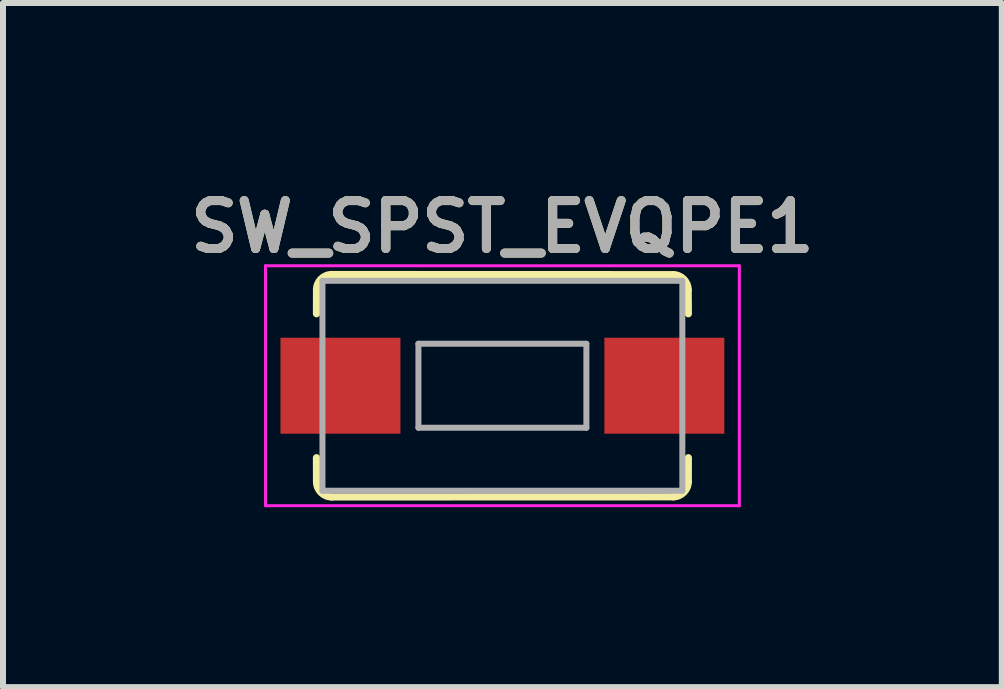
<source format=kicad_pcb>
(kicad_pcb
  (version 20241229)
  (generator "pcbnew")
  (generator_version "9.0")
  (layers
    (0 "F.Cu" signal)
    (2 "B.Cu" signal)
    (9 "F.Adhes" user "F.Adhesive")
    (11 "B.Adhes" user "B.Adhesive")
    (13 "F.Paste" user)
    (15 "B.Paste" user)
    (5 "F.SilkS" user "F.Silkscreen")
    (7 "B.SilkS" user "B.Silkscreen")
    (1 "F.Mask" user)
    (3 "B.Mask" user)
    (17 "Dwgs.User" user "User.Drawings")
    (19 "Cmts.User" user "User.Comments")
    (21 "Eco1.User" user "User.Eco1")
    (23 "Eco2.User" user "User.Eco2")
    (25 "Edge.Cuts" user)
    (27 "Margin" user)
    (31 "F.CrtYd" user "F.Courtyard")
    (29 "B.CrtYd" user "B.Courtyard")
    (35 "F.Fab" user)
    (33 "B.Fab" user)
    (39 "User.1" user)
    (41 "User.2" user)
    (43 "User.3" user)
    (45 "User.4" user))
  (footprint "SW_SPST_EVQPE1"
    (layer "F.Cu")
    (at 5.326 3.381)
    (property "Reference" "SW_SPST_EVQPE1" (at 0 -2.65 0) (layer "F.SilkS") (effects (font (size 0.8 0.8) (thickness 0.15))))
    (attr smd)
    (fp_line (start -3.1 1.2) (end -3.099 1.6) (stroke (width 0.12) (type solid)) (layer "F.SilkS"))
    (fp_line (start -3.099 -1.6) (end -3.1 -1.2) (stroke (width 0.12) (type solid)) (layer "F.SilkS"))
    (fp_line (start -2.845 1.854) (end 2.845 1.852) (stroke (width 0.12) (type solid)) (layer "F.SilkS"))
    (fp_line (start 2.843 -1.852) (end -2.845 -1.854) (stroke (width 0.12) (type solid)) (layer "F.SilkS"))
    (fp_line (start 3.097 -1.598) (end 3.1 -1.2) (stroke (width 0.12) (type solid)) (layer "F.SilkS"))
    (fp_line (start 3.099 1.598) (end 3.1 1.2) (stroke (width 0.12) (type solid)) (layer "F.SilkS"))
    (fp_arc (start -3.0988 -1.6002) (mid -3.024405 -1.779805) (end -2.8448 -1.8542) (stroke (width 0.12) (type default)) (layer "F.SilkS"))
    (fp_arc (start -2.8448 1.8542) (mid -3.024405 1.779805) (end -3.0988 1.6002) (stroke (width 0.12) (type default)) (layer "F.SilkS"))
    (fp_arc (start 2.842995 -1.852395) (mid 3.0226 -1.778) (end 3.096995 -1.598395) (stroke (width 0.12) (type default)) (layer "F.SilkS"))
    (fp_arc (start 3.0988 1.598395) (mid 3.024405 1.778) (end 2.8448 1.852395) (stroke (width 0.12) (type default)) (layer "F.SilkS"))
    (fp_line (start -3.95 -2) (end 3.95 -2) (stroke (width 0.05) (type solid)) (layer "F.CrtYd"))
    (fp_line (start -3.95 2) (end -3.95 -2) (stroke (width 0.05) (type solid)) (layer "F.CrtYd"))
    (fp_line (start 3.95 -2) (end 3.95 2) (stroke (width 0.05) (type solid)) (layer "F.CrtYd"))
    (fp_line (start 3.95 2) (end -3.95 2) (stroke (width 0.05) (type solid)) (layer "F.CrtYd"))
    (fp_line (start -3 -1.75) (end 3 -1.75) (stroke (width 0.1) (type solid)) (layer "F.Fab"))
    (fp_line (start -3 1.75) (end -3 -1.75) (stroke (width 0.1) (type solid)) (layer "F.Fab"))
    (fp_line (start -1.4 -0.7) (end 1.4 -0.7) (stroke (width 0.1) (type solid)) (layer "F.Fab"))
    (fp_line (start -1.4 0.7) (end -1.4 -0.7) (stroke (width 0.1) (type solid)) (layer "F.Fab"))
    (fp_line (start 1.4 -0.7) (end 1.4 0.7) (stroke (width 0.1) (type solid)) (layer "F.Fab"))
    (fp_line (start 1.4 0.7) (end -1.4 0.7) (stroke (width 0.1) (type solid)) (layer "F.Fab"))
    (fp_line (start 3 -1.75) (end 3 1.75) (stroke (width 0.1) (type solid)) (layer "F.Fab"))
    (fp_line (start 3 1.75) (end -3 1.75) (stroke (width 0.1) (type solid)) (layer "F.Fab"))
    (fp_text user "${REFERENCE}" (at 0 -2.65 0) (layer "F.Fab") (effects (font (size 0.8 0.8) (thickness 0.15))))
    (pad "1" smd rect (at -2.7 0) (size 2 1.6) (layers "F.Cu" "F.Mask" "F.Paste"))
    (pad "2" smd rect (at 2.7 0) (size 2 1.6) (layers "F.Cu" "F.Mask" "F.Paste")))
  (gr_rect
    (start -3 -3)
    (end 13.652 8.406)
    (stroke (width 0.1) (type default))
    (fill no)
    (layer "Edge.Cuts")))
</source>
